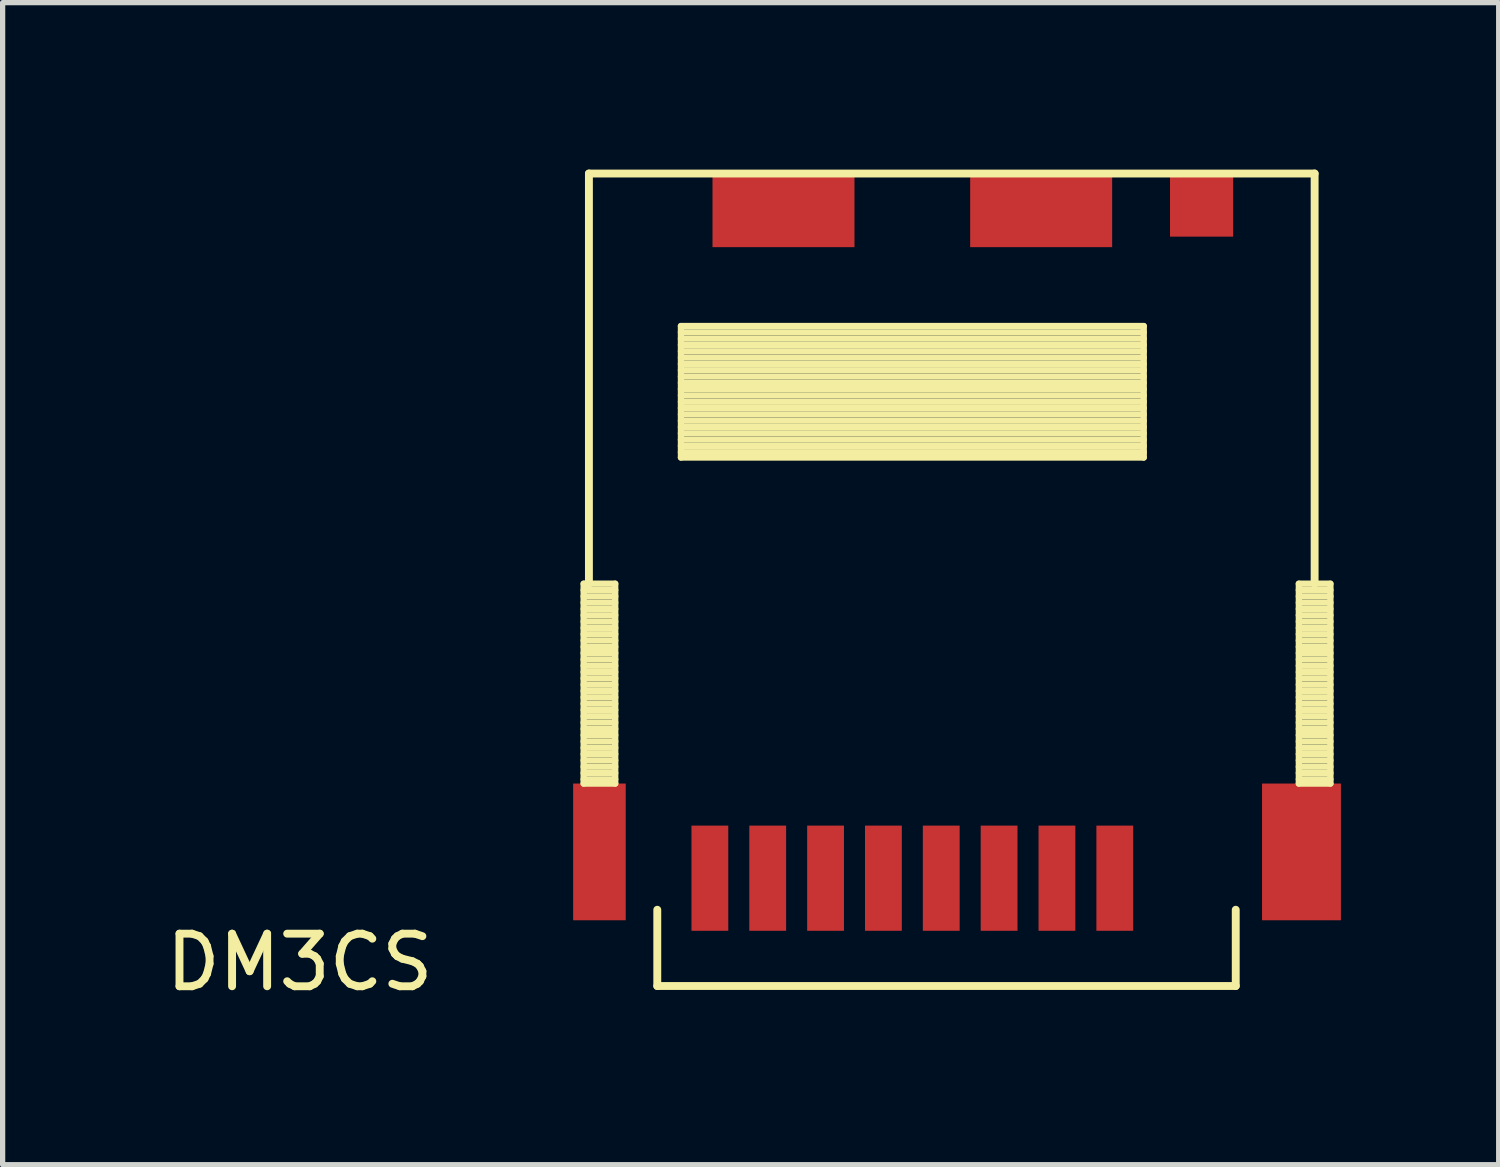
<source format=kicad_pcb>
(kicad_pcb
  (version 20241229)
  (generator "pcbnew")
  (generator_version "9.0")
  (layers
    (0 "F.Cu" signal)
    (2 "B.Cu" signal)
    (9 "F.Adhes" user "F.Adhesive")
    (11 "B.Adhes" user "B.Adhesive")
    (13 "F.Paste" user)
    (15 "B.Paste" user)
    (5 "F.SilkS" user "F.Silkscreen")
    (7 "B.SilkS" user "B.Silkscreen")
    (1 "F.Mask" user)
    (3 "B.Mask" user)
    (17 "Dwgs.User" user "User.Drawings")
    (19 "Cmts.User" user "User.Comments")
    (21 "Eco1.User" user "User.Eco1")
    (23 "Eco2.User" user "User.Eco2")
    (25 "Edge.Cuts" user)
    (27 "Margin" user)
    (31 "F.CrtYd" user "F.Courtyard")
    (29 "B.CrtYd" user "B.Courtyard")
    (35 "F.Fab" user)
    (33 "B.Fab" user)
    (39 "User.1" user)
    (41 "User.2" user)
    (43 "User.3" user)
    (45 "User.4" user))
  (footprint "DM3CS"
    (layer "F.Cu")
    (at 18.149 0.25)
    (property "Reference" "DM3CS" (at -15.5 15 0) (layer "F.SilkS") (effects (font (size 1 1) (thickness 0.15))))
    (attr through_hole)
    (fp_line (start -10.1 7.8) (end -10.1 11.6) (stroke (width 0.12) (type solid)) (layer "F.SilkS"))
    (fp_line (start -10.1 7.92) (end -9.5 7.92) (stroke (width 0.12) (type solid)) (layer "F.SilkS"))
    (fp_line (start -10.1 8.04) (end -9.5 8.04) (stroke (width 0.12) (type solid)) (layer "F.SilkS"))
    (fp_line (start -10.1 8.16) (end -9.5 8.16) (stroke (width 0.12) (type solid)) (layer "F.SilkS"))
    (fp_line (start -10.1 8.28) (end -9.5 8.28) (stroke (width 0.12) (type solid)) (layer "F.SilkS"))
    (fp_line (start -10.1 8.4) (end -9.5 8.4) (stroke (width 0.12) (type solid)) (layer "F.SilkS"))
    (fp_line (start -10.1 8.52) (end -9.5 8.52) (stroke (width 0.12) (type solid)) (layer "F.SilkS"))
    (fp_line (start -10.1 8.64) (end -9.5 8.64) (stroke (width 0.12) (type solid)) (layer "F.SilkS"))
    (fp_line (start -10.1 8.76) (end -9.5 8.76) (stroke (width 0.12) (type solid)) (layer "F.SilkS"))
    (fp_line (start -10.1 8.88) (end -9.5 8.88) (stroke (width 0.12) (type solid)) (layer "F.SilkS"))
    (fp_line (start -10.1 9) (end -9.5 9) (stroke (width 0.12) (type solid)) (layer "F.SilkS"))
    (fp_line (start -10.1 9.12) (end -9.5 9.12) (stroke (width 0.12) (type solid)) (layer "F.SilkS"))
    (fp_line (start -10.1 9.24) (end -9.5 9.24) (stroke (width 0.12) (type solid)) (layer "F.SilkS"))
    (fp_line (start -10.1 9.36) (end -9.5 9.36) (stroke (width 0.12) (type solid)) (layer "F.SilkS"))
    (fp_line (start -10.1 9.48) (end -9.5 9.48) (stroke (width 0.12) (type solid)) (layer "F.SilkS"))
    (fp_line (start -10.1 9.6) (end -9.5 9.6) (stroke (width 0.12) (type solid)) (layer "F.SilkS"))
    (fp_line (start -10.1 9.72) (end -9.5 9.72) (stroke (width 0.12) (type solid)) (layer "F.SilkS"))
    (fp_line (start -10.1 9.84) (end -9.5 9.84) (stroke (width 0.12) (type solid)) (layer "F.SilkS"))
    (fp_line (start -10.1 9.96) (end -9.5 9.96) (stroke (width 0.12) (type solid)) (layer "F.SilkS"))
    (fp_line (start -10.1 10.08) (end -9.5 10.08) (stroke (width 0.12) (type solid)) (layer "F.SilkS"))
    (fp_line (start -10.1 10.2) (end -9.5 10.2) (stroke (width 0.12) (type solid)) (layer "F.SilkS"))
    (fp_line (start -10.1 10.32) (end -9.5 10.32) (stroke (width 0.12) (type solid)) (layer "F.SilkS"))
    (fp_line (start -10.1 10.44) (end -9.5 10.44) (stroke (width 0.12) (type solid)) (layer "F.SilkS"))
    (fp_line (start -10.1 10.56) (end -9.5 10.56) (stroke (width 0.12) (type solid)) (layer "F.SilkS"))
    (fp_line (start -10.1 10.68) (end -9.5 10.68) (stroke (width 0.12) (type solid)) (layer "F.SilkS"))
    (fp_line (start -10.1 10.8) (end -9.5 10.8) (stroke (width 0.12) (type solid)) (layer "F.SilkS"))
    (fp_line (start -10.1 10.92) (end -9.5 10.92) (stroke (width 0.12) (type solid)) (layer "F.SilkS"))
    (fp_line (start -10.1 11.04) (end -9.5 11.04) (stroke (width 0.12) (type solid)) (layer "F.SilkS"))
    (fp_line (start -10.1 11.16) (end -9.5 11.16) (stroke (width 0.12) (type solid)) (layer "F.SilkS"))
    (fp_line (start -10.1 11.28) (end -9.5 11.28) (stroke (width 0.12) (type solid)) (layer "F.SilkS"))
    (fp_line (start -10.1 11.4) (end -9.5 11.4) (stroke (width 0.12) (type solid)) (layer "F.SilkS"))
    (fp_line (start -10.1 11.52) (end -9.5 11.52) (stroke (width 0.12) (type solid)) (layer "F.SilkS"))
    (fp_line (start -10.1 11.6) (end -9.5 11.6) (stroke (width 0.12) (type solid)) (layer "F.SilkS"))
    (fp_line (start -10 0) (end 3.8 0) (stroke (width 0.15) (type solid)) (layer "F.SilkS"))
    (fp_line (start -10 7.8) (end -10 0) (stroke (width 0.15) (type solid)) (layer "F.SilkS"))
    (fp_line (start -9.5 7.8) (end -10.1 7.8) (stroke (width 0.12) (type solid)) (layer "F.SilkS"))
    (fp_line (start -9.5 11.6) (end -9.5 7.8) (stroke (width 0.12) (type solid)) (layer "F.SilkS"))
    (fp_line (start -8.7 14) (end -8.7 15.45) (stroke (width 0.15) (type solid)) (layer "F.SilkS"))
    (fp_line (start -8.7 15.45) (end 2.3 15.45) (stroke (width 0.15) (type solid)) (layer "F.SilkS"))
    (fp_line (start -8.25 2.9) (end -8.25 5.4) (stroke (width 0.12) (type solid)) (layer "F.SilkS"))
    (fp_line (start -8.25 3.02) (end 0.55 3.02) (stroke (width 0.12) (type solid)) (layer "F.SilkS"))
    (fp_line (start -8.25 3.14) (end 0.55 3.14) (stroke (width 0.12) (type solid)) (layer "F.SilkS"))
    (fp_line (start -8.25 3.26) (end 0.55 3.26) (stroke (width 0.12) (type solid)) (layer "F.SilkS"))
    (fp_line (start -8.25 3.38) (end 0.55 3.38) (stroke (width 0.12) (type solid)) (layer "F.SilkS"))
    (fp_line (start -8.25 3.5) (end 0.55 3.5) (stroke (width 0.12) (type solid)) (layer "F.SilkS"))
    (fp_line (start -8.25 3.62) (end 0.55 3.62) (stroke (width 0.12) (type solid)) (layer "F.SilkS"))
    (fp_line (start -8.25 3.74) (end 0.55 3.74) (stroke (width 0.12) (type solid)) (layer "F.SilkS"))
    (fp_line (start -8.25 3.86) (end 0.55 3.86) (stroke (width 0.12) (type solid)) (layer "F.SilkS"))
    (fp_line (start -8.25 3.98) (end 0.55 3.98) (stroke (width 0.12) (type solid)) (layer "F.SilkS"))
    (fp_line (start -8.25 4.1) (end 0.55 4.1) (stroke (width 0.12) (type solid)) (layer "F.SilkS"))
    (fp_line (start -8.25 4.22) (end 0.55 4.22) (stroke (width 0.12) (type solid)) (layer "F.SilkS"))
    (fp_line (start -8.25 4.34) (end 0.55 4.34) (stroke (width 0.12) (type solid)) (layer "F.SilkS"))
    (fp_line (start -8.25 4.46) (end 0.55 4.46) (stroke (width 0.12) (type solid)) (layer "F.SilkS"))
    (fp_line (start -8.25 4.58) (end 0.55 4.58) (stroke (width 0.12) (type solid)) (layer "F.SilkS"))
    (fp_line (start -8.25 4.7) (end 0.55 4.7) (stroke (width 0.12) (type solid)) (layer "F.SilkS"))
    (fp_line (start -8.25 4.82) (end 0.55 4.82) (stroke (width 0.12) (type solid)) (layer "F.SilkS"))
    (fp_line (start -8.25 4.94) (end 0.55 4.94) (stroke (width 0.12) (type solid)) (layer "F.SilkS"))
    (fp_line (start -8.25 5.06) (end 0.55 5.06) (stroke (width 0.12) (type solid)) (layer "F.SilkS"))
    (fp_line (start -8.25 5.18) (end 0.55 5.18) (stroke (width 0.12) (type solid)) (layer "F.SilkS"))
    (fp_line (start -8.25 5.3) (end 0.55 5.3) (stroke (width 0.12) (type solid)) (layer "F.SilkS"))
    (fp_line (start -8.25 5.4) (end 0.55 5.4) (stroke (width 0.12) (type solid)) (layer "F.SilkS"))
    (fp_line (start 0.55 2.9) (end -8.25 2.9) (stroke (width 0.12) (type solid)) (layer "F.SilkS"))
    (fp_line (start 0.55 5.4) (end 0.55 2.9) (stroke (width 0.12) (type solid)) (layer "F.SilkS"))
    (fp_line (start 2.3 15.45) (end 2.3 14) (stroke (width 0.15) (type solid)) (layer "F.SilkS"))
    (fp_line (start 3.5 7.8) (end 3.5 11.6) (stroke (width 0.12) (type solid)) (layer "F.SilkS"))
    (fp_line (start 3.5 7.92) (end 4.1 7.92) (stroke (width 0.12) (type solid)) (layer "F.SilkS"))
    (fp_line (start 3.5 8.04) (end 4.1 8.04) (stroke (width 0.12) (type solid)) (layer "F.SilkS"))
    (fp_line (start 3.5 8.16) (end 4.1 8.16) (stroke (width 0.12) (type solid)) (layer "F.SilkS"))
    (fp_line (start 3.5 8.28) (end 4.1 8.28) (stroke (width 0.12) (type solid)) (layer "F.SilkS"))
    (fp_line (start 3.5 8.4) (end 4.1 8.4) (stroke (width 0.12) (type solid)) (layer "F.SilkS"))
    (fp_line (start 3.5 8.52) (end 4.1 8.52) (stroke (width 0.12) (type solid)) (layer "F.SilkS"))
    (fp_line (start 3.5 8.64) (end 4.1 8.64) (stroke (width 0.12) (type solid)) (layer "F.SilkS"))
    (fp_line (start 3.5 8.76) (end 4.1 8.76) (stroke (width 0.12) (type solid)) (layer "F.SilkS"))
    (fp_line (start 3.5 8.88) (end 4.1 8.88) (stroke (width 0.12) (type solid)) (layer "F.SilkS"))
    (fp_line (start 3.5 9) (end 4.1 9) (stroke (width 0.12) (type solid)) (layer "F.SilkS"))
    (fp_line (start 3.5 9.12) (end 4.1 9.12) (stroke (width 0.12) (type solid)) (layer "F.SilkS"))
    (fp_line (start 3.5 9.24) (end 4.1 9.24) (stroke (width 0.12) (type solid)) (layer "F.SilkS"))
    (fp_line (start 3.5 9.36) (end 4.1 9.36) (stroke (width 0.12) (type solid)) (layer "F.SilkS"))
    (fp_line (start 3.5 9.48) (end 4.1 9.48) (stroke (width 0.12) (type solid)) (layer "F.SilkS"))
    (fp_line (start 3.5 9.6) (end 4.1 9.6) (stroke (width 0.12) (type solid)) (layer "F.SilkS"))
    (fp_line (start 3.5 9.72) (end 4.1 9.72) (stroke (width 0.12) (type solid)) (layer "F.SilkS"))
    (fp_line (start 3.5 9.84) (end 4.1 9.84) (stroke (width 0.12) (type solid)) (layer "F.SilkS"))
    (fp_line (start 3.5 9.96) (end 4.1 9.96) (stroke (width 0.12) (type solid)) (layer "F.SilkS"))
    (fp_line (start 3.5 10.08) (end 4.1 10.08) (stroke (width 0.12) (type solid)) (layer "F.SilkS"))
    (fp_line (start 3.5 10.2) (end 4.1 10.2) (stroke (width 0.12) (type solid)) (layer "F.SilkS"))
    (fp_line (start 3.5 10.32) (end 4.1 10.32) (stroke (width 0.12) (type solid)) (layer "F.SilkS"))
    (fp_line (start 3.5 10.44) (end 4.1 10.44) (stroke (width 0.12) (type solid)) (layer "F.SilkS"))
    (fp_line (start 3.5 10.56) (end 4.1 10.56) (stroke (width 0.12) (type solid)) (layer "F.SilkS"))
    (fp_line (start 3.5 10.68) (end 4.1 10.68) (stroke (width 0.12) (type solid)) (layer "F.SilkS"))
    (fp_line (start 3.5 10.8) (end 4.1 10.8) (stroke (width 0.12) (type solid)) (layer "F.SilkS"))
    (fp_line (start 3.5 10.92) (end 4.1 10.92) (stroke (width 0.12) (type solid)) (layer "F.SilkS"))
    (fp_line (start 3.5 11.04) (end 4.1 11.04) (stroke (width 0.12) (type solid)) (layer "F.SilkS"))
    (fp_line (start 3.5 11.16) (end 4.1 11.16) (stroke (width 0.12) (type solid)) (layer "F.SilkS"))
    (fp_line (start 3.5 11.28) (end 4.1 11.28) (stroke (width 0.12) (type solid)) (layer "F.SilkS"))
    (fp_line (start 3.5 11.4) (end 4.1 11.4) (stroke (width 0.12) (type solid)) (layer "F.SilkS"))
    (fp_line (start 3.5 11.52) (end 4.1 11.52) (stroke (width 0.12) (type solid)) (layer "F.SilkS"))
    (fp_line (start 3.5 11.6) (end 4.1 11.6) (stroke (width 0.12) (type solid)) (layer "F.SilkS"))
    (fp_line (start 3.8 0) (end 3.8 7.8) (stroke (width 0.15) (type solid)) (layer "F.SilkS"))
    (fp_line (start 4.1 7.8) (end 3.5 7.8) (stroke (width 0.12) (type solid)) (layer "F.SilkS"))
    (fp_line (start 4.1 11.6) (end 4.1 7.8) (stroke (width 0.12) (type solid)) (layer "F.SilkS"))
    (pad "1" smd rect (at 0 13.4) (size 0.7 2) (layers "F.Cu" "F.Mask" "F.Paste"))
    (pad "2" smd rect (at -1.1 13.4) (size 0.7 2) (layers "F.Cu" "F.Mask" "F.Paste"))
    (pad "3" smd rect (at -2.2 13.4) (size 0.7 2) (layers "F.Cu" "F.Mask" "F.Paste"))
    (pad "4" smd rect (at -3.3 13.4) (size 0.7 2) (layers "F.Cu" "F.Mask" "F.Paste"))
    (pad "5" smd rect (at -4.4 13.4) (size 0.7 2) (layers "F.Cu" "F.Mask" "F.Paste"))
    (pad "6" smd rect (at -5.5 13.4) (size 0.7 2) (layers "F.Cu" "F.Mask" "F.Paste"))
    (pad "7" smd rect (at -6.6 13.4) (size 0.7 2) (layers "F.Cu" "F.Mask" "F.Paste"))
    (pad "8" smd rect (at -7.7 13.4) (size 0.7 2) (layers "F.Cu" "F.Mask" "F.Paste"))
    (pad "9" smd rect (at -1.4 0.7) (size 2.7 1.4) (layers "F.Cu" "F.Mask" "F.Paste"))
    (pad "10" smd rect (at -9.8 12.9) (size 1 2.6) (layers "F.Cu" "F.Mask" "F.Paste"))
    (pad "10" smd rect (at -6.3 0.7) (size 2.7 1.4) (layers "F.Cu" "F.Mask" "F.Paste"))
    (pad "10" smd rect (at 1.65 0.6) (size 1.2 1.2) (layers "F.Cu" "F.Mask" "F.Paste"))
    (pad "10" smd rect (at 3.55 12.9) (size 1.5 2.6) (layers "F.Cu" "F.Mask" "F.Paste")))
  (gr_rect
    (start -3 -3)
    (end 25.449 19.098)
    (stroke (width 0.1) (type default))
    (fill no)
    (layer "Edge.Cuts")))
</source>
